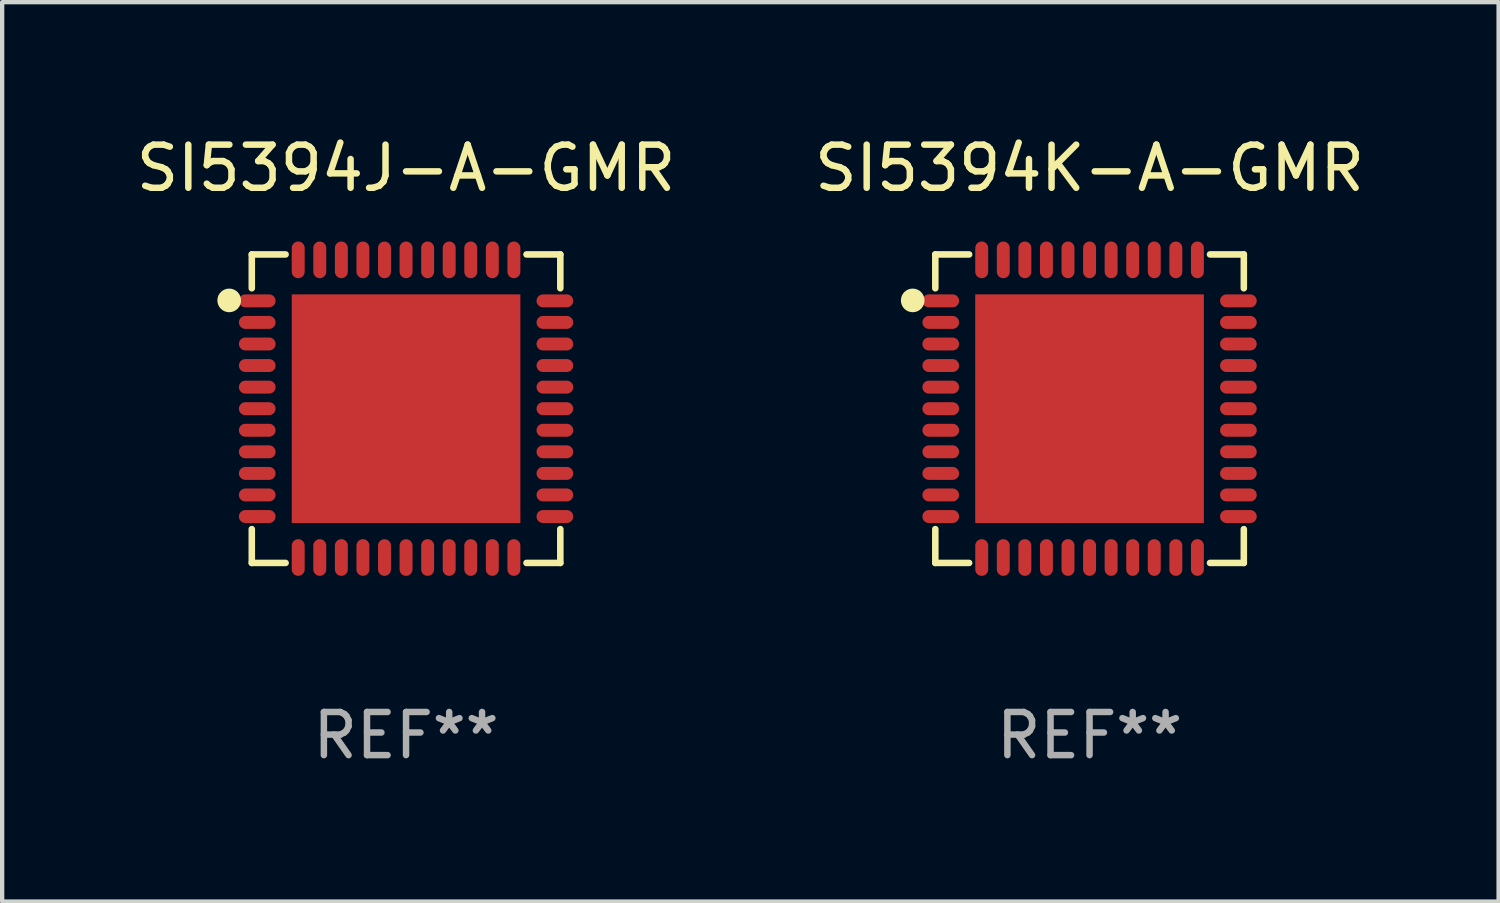
<source format=kicad_pcb>
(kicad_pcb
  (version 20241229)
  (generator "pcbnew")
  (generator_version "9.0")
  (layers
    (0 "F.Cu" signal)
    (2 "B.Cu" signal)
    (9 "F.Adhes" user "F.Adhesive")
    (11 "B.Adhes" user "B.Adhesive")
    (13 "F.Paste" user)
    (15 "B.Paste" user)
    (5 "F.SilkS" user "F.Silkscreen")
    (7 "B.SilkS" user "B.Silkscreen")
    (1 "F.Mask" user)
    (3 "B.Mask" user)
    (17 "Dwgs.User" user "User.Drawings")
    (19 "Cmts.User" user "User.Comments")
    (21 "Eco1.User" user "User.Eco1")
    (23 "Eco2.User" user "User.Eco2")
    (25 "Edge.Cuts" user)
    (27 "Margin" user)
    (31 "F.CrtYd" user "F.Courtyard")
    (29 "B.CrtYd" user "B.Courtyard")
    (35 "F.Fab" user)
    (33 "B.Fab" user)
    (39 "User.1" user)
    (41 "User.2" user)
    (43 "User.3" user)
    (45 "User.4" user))
  (footprint "SI5394K-A-GMR"
    (layer "F.Cu")
    (at 22.208 6.424)
    (property "Reference" "SI5394K-A-GMR" (at 0 -5.576 0) (layer "F.SilkS") (effects (font (size 1 1) (thickness 0.15))))
    (attr through_hole)
    (fp_line (start -3.576 -3.576) (end -2.792 -3.576) (stroke (width 0.152) (type solid)) (layer "F.SilkS"))
    (fp_line (start -3.576 -2.792) (end -3.576 -3.576) (stroke (width 0.152) (type solid)) (layer "F.SilkS"))
    (fp_line (start -3.576 2.792) (end -3.576 3.576) (stroke (width 0.152) (type solid)) (layer "F.SilkS"))
    (fp_line (start -3.576 3.576) (end -2.792 3.576) (stroke (width 0.152) (type solid)) (layer "F.SilkS"))
    (fp_line (start 3.576 -3.576) (end 2.792 -3.576) (stroke (width 0.152) (type solid)) (layer "F.SilkS"))
    (fp_line (start 3.576 -2.792) (end 3.576 -3.576) (stroke (width 0.152) (type solid)) (layer "F.SilkS"))
    (fp_line (start 3.576 2.792) (end 3.576 3.576) (stroke (width 0.152) (type solid)) (layer "F.SilkS"))
    (fp_line (start 3.576 3.576) (end 2.792 3.576) (stroke (width 0.152) (type solid)) (layer "F.SilkS"))
    (fp_arc (start -4.01016 -2.489967) (mid -3.990094 -2.494704) (end -3.970028 -2.489967) (stroke (width 0.254001) (type solid)) (layer "F.SilkS"))
    (fp_arc (start -3.970028 -2.489967) (mid -3.990094 -2.469901) (end -4.01016 -2.489967) (stroke (width 0.254001) (type solid)) (layer "F.SilkS"))
    (fp_circle (center -4.1 -2.51) (end -4.08 -2.51) (stroke (width 0.254) (type solid)) (fill no) (layer "F.SilkS"))
    (fp_text user "REF**" (at 0 7.576 0) (layer "F.Fab") (effects (font (size 1 1) (thickness 0.15))))
    (pad "1" smd oval (at -3.45 -2.5) (size 0.85 0.3) (layers "F.Cu" "F.Mask" "F.Paste"))
    (pad "2" smd oval (at -3.45 -2) (size 0.85 0.3) (layers "F.Cu" "F.Mask" "F.Paste"))
    (pad "3" smd oval (at -3.45 -1.5) (size 0.85 0.3) (layers "F.Cu" "F.Mask" "F.Paste"))
    (pad "4" smd oval (at -3.45 -1) (size 0.85 0.3) (layers "F.Cu" "F.Mask" "F.Paste"))
    (pad "5" smd oval (at -3.45 -0.5) (size 0.85 0.3) (layers "F.Cu" "F.Mask" "F.Paste"))
    (pad "6" smd oval (at -3.45 0) (size 0.85 0.3) (layers "F.Cu" "F.Mask" "F.Paste"))
    (pad "7" smd oval (at -3.45 0.5) (size 0.85 0.3) (layers "F.Cu" "F.Mask" "F.Paste"))
    (pad "8" smd oval (at -3.45 1) (size 0.85 0.3) (layers "F.Cu" "F.Mask" "F.Paste"))
    (pad "9" smd oval (at -3.45 1.5) (size 0.85 0.3) (layers "F.Cu" "F.Mask" "F.Paste"))
    (pad "10" smd oval (at -3.45 2) (size 0.85 0.3) (layers "F.Cu" "F.Mask" "F.Paste"))
    (pad "11" smd oval (at -3.45 2.5) (size 0.85 0.3) (layers "F.Cu" "F.Mask" "F.Paste"))
    (pad "12" smd oval (at -2.5 3.45) (size 0.3 0.85) (layers "F.Cu" "F.Mask" "F.Paste"))
    (pad "13" smd oval (at -2 3.45) (size 0.3 0.85) (layers "F.Cu" "F.Mask" "F.Paste"))
    (pad "14" smd oval (at -1.5 3.45) (size 0.3 0.85) (layers "F.Cu" "F.Mask" "F.Paste"))
    (pad "15" smd oval (at -1 3.45) (size 0.3 0.85) (layers "F.Cu" "F.Mask" "F.Paste"))
    (pad "16" smd oval (at -0.5 3.45) (size 0.3 0.85) (layers "F.Cu" "F.Mask" "F.Paste"))
    (pad "17" smd oval (at 0 3.45) (size 0.3 0.85) (layers "F.Cu" "F.Mask" "F.Paste"))
    (pad "18" smd oval (at 0.5 3.45) (size 0.3 0.85) (layers "F.Cu" "F.Mask" "F.Paste"))
    (pad "19" smd oval (at 1 3.45) (size 0.3 0.85) (layers "F.Cu" "F.Mask" "F.Paste"))
    (pad "20" smd oval (at 1.5 3.45) (size 0.3 0.85) (layers "F.Cu" "F.Mask" "F.Paste"))
    (pad "21" smd oval (at 2 3.45) (size 0.3 0.85) (layers "F.Cu" "F.Mask" "F.Paste"))
    (pad "22" smd oval (at 2.5 3.45) (size 0.3 0.85) (layers "F.Cu" "F.Mask" "F.Paste"))
    (pad "23" smd oval (at 3.45 2.5) (size 0.85 0.3) (layers "F.Cu" "F.Mask" "F.Paste"))
    (pad "24" smd oval (at 3.45 2) (size 0.85 0.3) (layers "F.Cu" "F.Mask" "F.Paste"))
    (pad "25" smd oval (at 3.45 1.5) (size 0.85 0.3) (layers "F.Cu" "F.Mask" "F.Paste"))
    (pad "26" smd oval (at 3.45 1) (size 0.85 0.3) (layers "F.Cu" "F.Mask" "F.Paste"))
    (pad "27" smd oval (at 3.45 0.5) (size 0.85 0.3) (layers "F.Cu" "F.Mask" "F.Paste"))
    (pad "28" smd oval (at 3.45 0) (size 0.85 0.3) (layers "F.Cu" "F.Mask" "F.Paste"))
    (pad "29" smd oval (at 3.45 -0.5) (size 0.85 0.3) (layers "F.Cu" "F.Mask" "F.Paste"))
    (pad "30" smd oval (at 3.45 -1) (size 0.85 0.3) (layers "F.Cu" "F.Mask" "F.Paste"))
    (pad "31" smd oval (at 3.45 -1.5) (size 0.85 0.3) (layers "F.Cu" "F.Mask" "F.Paste"))
    (pad "32" smd oval (at 3.45 -2) (size 0.85 0.3) (layers "F.Cu" "F.Mask" "F.Paste"))
    (pad "33" smd oval (at 3.45 -2.5) (size 0.85 0.3) (layers "F.Cu" "F.Mask" "F.Paste"))
    (pad "34" smd oval (at 2.5 -3.45) (size 0.3 0.85) (layers "F.Cu" "F.Mask" "F.Paste"))
    (pad "35" smd oval (at 2 -3.45) (size 0.3 0.85) (layers "F.Cu" "F.Mask" "F.Paste"))
    (pad "36" smd oval (at 1.5 -3.45) (size 0.3 0.85) (layers "F.Cu" "F.Mask" "F.Paste"))
    (pad "37" smd oval (at 1 -3.45) (size 0.3 0.85) (layers "F.Cu" "F.Mask" "F.Paste"))
    (pad "38" smd oval (at 0.5 -3.45) (size 0.3 0.85) (layers "F.Cu" "F.Mask" "F.Paste"))
    (pad "39" smd oval (at 0 -3.45) (size 0.3 0.85) (layers "F.Cu" "F.Mask" "F.Paste"))
    (pad "40" smd oval (at -0.5 -3.45) (size 0.3 0.85) (layers "F.Cu" "F.Mask" "F.Paste"))
    (pad "41" smd oval (at -1 -3.45) (size 0.3 0.85) (layers "F.Cu" "F.Mask" "F.Paste"))
    (pad "42" smd oval (at -1.5 -3.45) (size 0.3 0.85) (layers "F.Cu" "F.Mask" "F.Paste"))
    (pad "43" smd oval (at -2 -3.45) (size 0.3 0.85) (layers "F.Cu" "F.Mask" "F.Paste"))
    (pad "44" smd oval (at -2.5 -3.45) (size 0.3 0.85) (layers "F.Cu" "F.Mask" "F.Paste"))
    (pad "45" smd rect (at 0 0) (size 5.3 5.3) (layers "F.Cu" "F.Mask" "F.Paste")))
  (footprint "SI5394J-A-GMR"
    (layer "F.Cu")
    (at 6.363 6.424)
    (property "Reference" "SI5394J-A-GMR" (at 0 -5.576 0) (layer "F.SilkS") (effects (font (size 1 1) (thickness 0.15))))
    (attr through_hole)
    (fp_line (start -3.576 -3.576) (end -2.792 -3.576) (stroke (width 0.152) (type solid)) (layer "F.SilkS"))
    (fp_line (start -3.576 -2.792) (end -3.576 -3.576) (stroke (width 0.152) (type solid)) (layer "F.SilkS"))
    (fp_line (start -3.576 2.792) (end -3.576 3.576) (stroke (width 0.152) (type solid)) (layer "F.SilkS"))
    (fp_line (start -3.576 3.576) (end -2.792 3.576) (stroke (width 0.152) (type solid)) (layer "F.SilkS"))
    (fp_line (start 3.576 -3.576) (end 2.792 -3.576) (stroke (width 0.152) (type solid)) (layer "F.SilkS"))
    (fp_line (start 3.576 -2.792) (end 3.576 -3.576) (stroke (width 0.152) (type solid)) (layer "F.SilkS"))
    (fp_line (start 3.576 2.792) (end 3.576 3.576) (stroke (width 0.152) (type solid)) (layer "F.SilkS"))
    (fp_line (start 3.576 3.576) (end 2.792 3.576) (stroke (width 0.152) (type solid)) (layer "F.SilkS"))
    (fp_arc (start -4.01016 -2.489967) (mid -3.990094 -2.494704) (end -3.970028 -2.489967) (stroke (width 0.254001) (type solid)) (layer "F.SilkS"))
    (fp_arc (start -3.970028 -2.489967) (mid -3.990094 -2.469901) (end -4.01016 -2.489967) (stroke (width 0.254001) (type solid)) (layer "F.SilkS"))
    (fp_circle (center -4.1 -2.51) (end -4.08 -2.51) (stroke (width 0.254) (type solid)) (fill no) (layer "F.SilkS"))
    (fp_text user "REF**" (at 0 7.576 0) (layer "F.Fab") (effects (font (size 1 1) (thickness 0.15))))
    (pad "1" smd oval (at -3.45 -2.5) (size 0.85 0.3) (layers "F.Cu" "F.Mask" "F.Paste"))
    (pad "2" smd oval (at -3.45 -2) (size 0.85 0.3) (layers "F.Cu" "F.Mask" "F.Paste"))
    (pad "3" smd oval (at -3.45 -1.5) (size 0.85 0.3) (layers "F.Cu" "F.Mask" "F.Paste"))
    (pad "4" smd oval (at -3.45 -1) (size 0.85 0.3) (layers "F.Cu" "F.Mask" "F.Paste"))
    (pad "5" smd oval (at -3.45 -0.5) (size 0.85 0.3) (layers "F.Cu" "F.Mask" "F.Paste"))
    (pad "6" smd oval (at -3.45 0) (size 0.85 0.3) (layers "F.Cu" "F.Mask" "F.Paste"))
    (pad "7" smd oval (at -3.45 0.5) (size 0.85 0.3) (layers "F.Cu" "F.Mask" "F.Paste"))
    (pad "8" smd oval (at -3.45 1) (size 0.85 0.3) (layers "F.Cu" "F.Mask" "F.Paste"))
    (pad "9" smd oval (at -3.45 1.5) (size 0.85 0.3) (layers "F.Cu" "F.Mask" "F.Paste"))
    (pad "10" smd oval (at -3.45 2) (size 0.85 0.3) (layers "F.Cu" "F.Mask" "F.Paste"))
    (pad "11" smd oval (at -3.45 2.5) (size 0.85 0.3) (layers "F.Cu" "F.Mask" "F.Paste"))
    (pad "12" smd oval (at -2.5 3.45) (size 0.3 0.85) (layers "F.Cu" "F.Mask" "F.Paste"))
    (pad "13" smd oval (at -2 3.45) (size 0.3 0.85) (layers "F.Cu" "F.Mask" "F.Paste"))
    (pad "14" smd oval (at -1.5 3.45) (size 0.3 0.85) (layers "F.Cu" "F.Mask" "F.Paste"))
    (pad "15" smd oval (at -1 3.45) (size 0.3 0.85) (layers "F.Cu" "F.Mask" "F.Paste"))
    (pad "16" smd oval (at -0.5 3.45) (size 0.3 0.85) (layers "F.Cu" "F.Mask" "F.Paste"))
    (pad "17" smd oval (at 0 3.45) (size 0.3 0.85) (layers "F.Cu" "F.Mask" "F.Paste"))
    (pad "18" smd oval (at 0.5 3.45) (size 0.3 0.85) (layers "F.Cu" "F.Mask" "F.Paste"))
    (pad "19" smd oval (at 1 3.45) (size 0.3 0.85) (layers "F.Cu" "F.Mask" "F.Paste"))
    (pad "20" smd oval (at 1.5 3.45) (size 0.3 0.85) (layers "F.Cu" "F.Mask" "F.Paste"))
    (pad "21" smd oval (at 2 3.45) (size 0.3 0.85) (layers "F.Cu" "F.Mask" "F.Paste"))
    (pad "22" smd oval (at 2.5 3.45) (size 0.3 0.85) (layers "F.Cu" "F.Mask" "F.Paste"))
    (pad "23" smd oval (at 3.45 2.5) (size 0.85 0.3) (layers "F.Cu" "F.Mask" "F.Paste"))
    (pad "24" smd oval (at 3.45 2) (size 0.85 0.3) (layers "F.Cu" "F.Mask" "F.Paste"))
    (pad "25" smd oval (at 3.45 1.5) (size 0.85 0.3) (layers "F.Cu" "F.Mask" "F.Paste"))
    (pad "26" smd oval (at 3.45 1) (size 0.85 0.3) (layers "F.Cu" "F.Mask" "F.Paste"))
    (pad "27" smd oval (at 3.45 0.5) (size 0.85 0.3) (layers "F.Cu" "F.Mask" "F.Paste"))
    (pad "28" smd oval (at 3.45 0) (size 0.85 0.3) (layers "F.Cu" "F.Mask" "F.Paste"))
    (pad "29" smd oval (at 3.45 -0.5) (size 0.85 0.3) (layers "F.Cu" "F.Mask" "F.Paste"))
    (pad "30" smd oval (at 3.45 -1) (size 0.85 0.3) (layers "F.Cu" "F.Mask" "F.Paste"))
    (pad "31" smd oval (at 3.45 -1.5) (size 0.85 0.3) (layers "F.Cu" "F.Mask" "F.Paste"))
    (pad "32" smd oval (at 3.45 -2) (size 0.85 0.3) (layers "F.Cu" "F.Mask" "F.Paste"))
    (pad "33" smd oval (at 3.45 -2.5) (size 0.85 0.3) (layers "F.Cu" "F.Mask" "F.Paste"))
    (pad "34" smd oval (at 2.5 -3.45) (size 0.3 0.85) (layers "F.Cu" "F.Mask" "F.Paste"))
    (pad "35" smd oval (at 2 -3.45) (size 0.3 0.85) (layers "F.Cu" "F.Mask" "F.Paste"))
    (pad "36" smd oval (at 1.5 -3.45) (size 0.3 0.85) (layers "F.Cu" "F.Mask" "F.Paste"))
    (pad "37" smd oval (at 1 -3.45) (size 0.3 0.85) (layers "F.Cu" "F.Mask" "F.Paste"))
    (pad "38" smd oval (at 0.5 -3.45) (size 0.3 0.85) (layers "F.Cu" "F.Mask" "F.Paste"))
    (pad "39" smd oval (at 0 -3.45) (size 0.3 0.85) (layers "F.Cu" "F.Mask" "F.Paste"))
    (pad "40" smd oval (at -0.5 -3.45) (size 0.3 0.85) (layers "F.Cu" "F.Mask" "F.Paste"))
    (pad "41" smd oval (at -1 -3.45) (size 0.3 0.85) (layers "F.Cu" "F.Mask" "F.Paste"))
    (pad "42" smd oval (at -1.5 -3.45) (size 0.3 0.85) (layers "F.Cu" "F.Mask" "F.Paste"))
    (pad "43" smd oval (at -2 -3.45) (size 0.3 0.85) (layers "F.Cu" "F.Mask" "F.Paste"))
    (pad "44" smd oval (at -2.5 -3.45) (size 0.3 0.85) (layers "F.Cu" "F.Mask" "F.Paste"))
    (pad "45" smd rect (at 0 0) (size 5.3 5.3) (layers "F.Cu" "F.Mask" "F.Paste")))
  (gr_rect
    (start -3 -3)
    (end 31.69 17.849)
    (stroke (width 0.1) (type default))
    (fill no)
    (layer "Edge.Cuts")))
</source>
